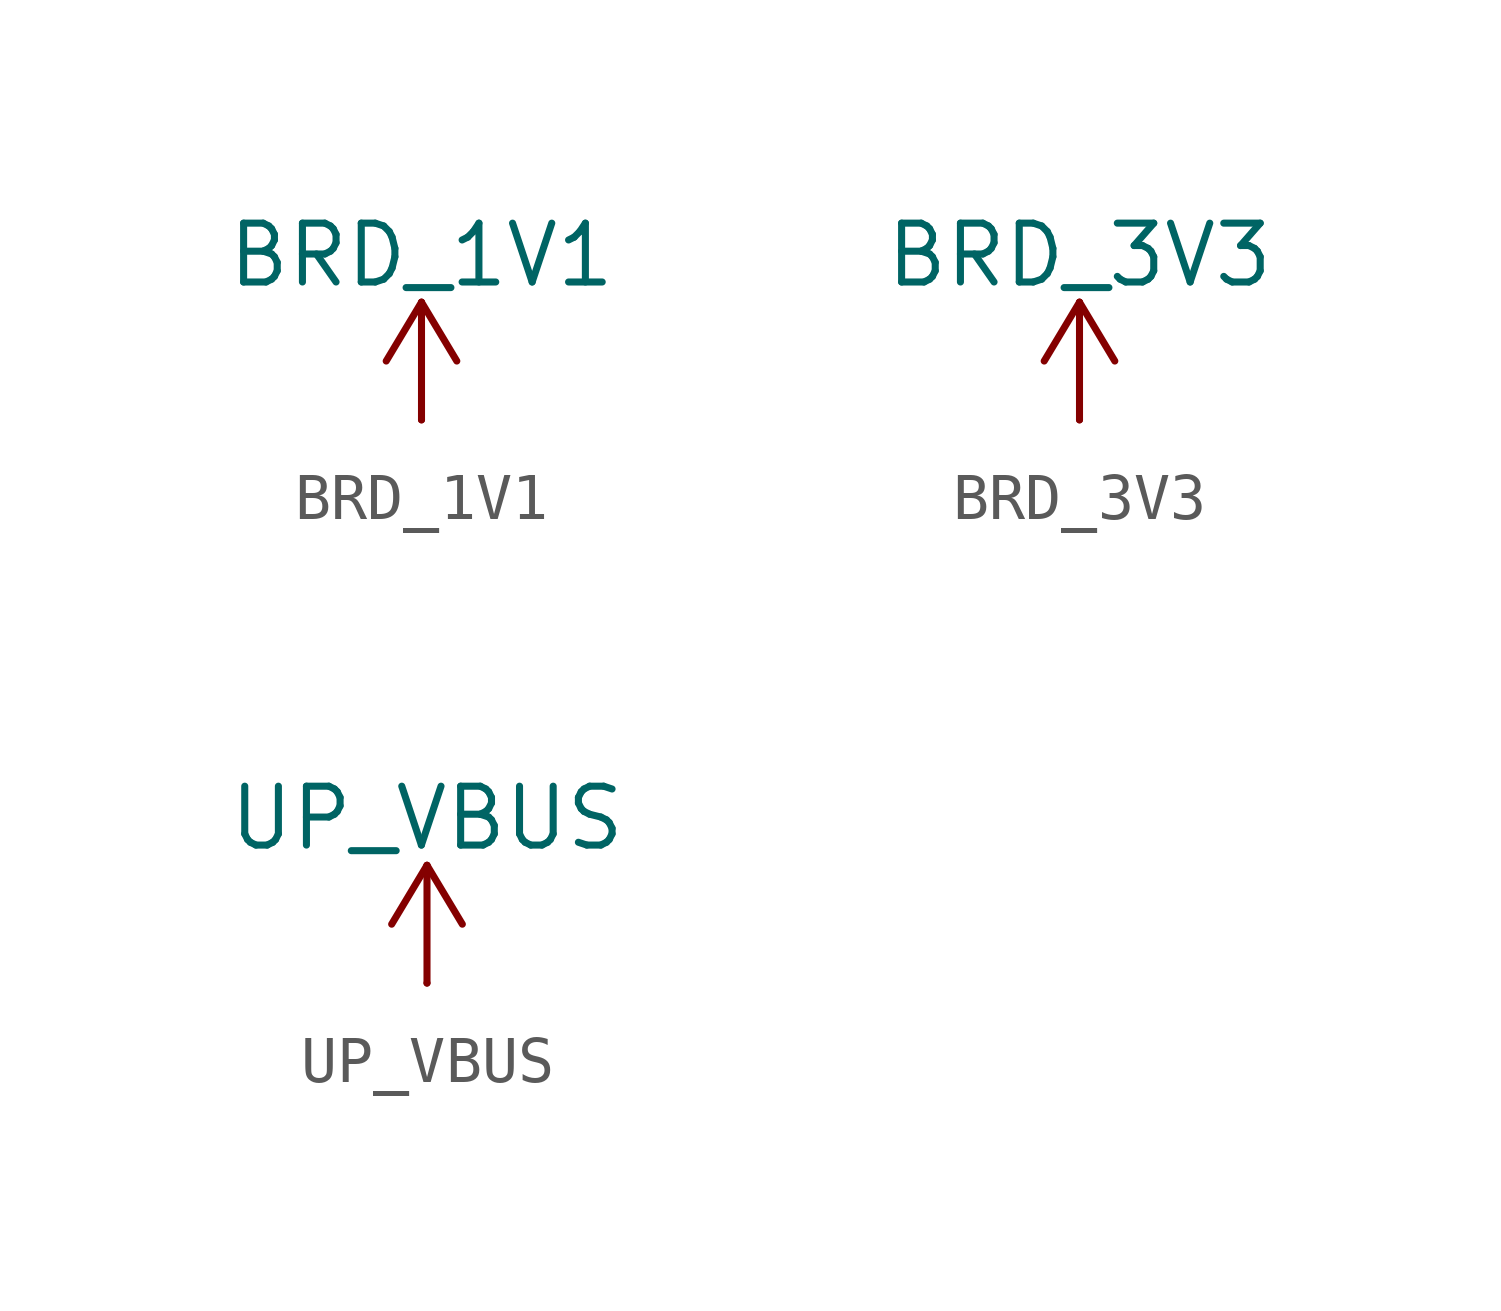
<source format=kicad_sym>
(kicad_symbol_lib
  (version 20241209)
  (generator "kicad_symbol_editor")
  (generator_version "9.0")
  (symbol "BRD_1V1"
    (power)
    (pin_numbers
      (hide yes))
    (pin_names
      (offset 0)
      (hide yes))
    (property "Reference" "#PWR"
      (at 0 -11.938 0)
      (effects (font (size 1.27 1.27)) (hide yes)))
    (property "Value" "BRD_1V1"
      (at 0 3.556 0)
      (effects (font (size 1.27 1.27))))
    (symbol "BRD_1V1_0_1"
      (polyline (pts (xy -0.762 1.27) (xy 0 2.54)) (stroke (width 0) (type default)) (fill (type none)))
      (polyline (pts (xy 0 2.54) (xy 0.762 1.27)) (stroke (width 0) (type default)) (fill (type none)))
      (polyline (pts (xy 0 0) (xy 0 2.54)) (stroke (width 0) (type default)) (fill (type none))))
    (symbol "BRD_1V1_1_1"
      (pin power_in line (at 0 0 90) (length 0) (name "~" (effects (font (size 1.27 1.27)))) (number "1" (effects (font (size 1.27 1.27)))))))
  (symbol "BRD_3V3"
    (power)
    (pin_numbers
      (hide yes))
    (pin_names
      (offset 0)
      (hide yes))
    (property "Reference" "#PWR"
      (at 0 -11.938 0)
      (effects (font (size 1.27 1.27)) (hide yes)))
    (property "Value" "BRD_3V3"
      (at 0 3.556 0)
      (effects (font (size 1.27 1.27))))
    (symbol "BRD_3V3_0_1"
      (polyline (pts (xy -0.762 1.27) (xy 0 2.54)) (stroke (width 0) (type default)) (fill (type none)))
      (polyline (pts (xy 0 2.54) (xy 0.762 1.27)) (stroke (width 0) (type default)) (fill (type none)))
      (polyline (pts (xy 0 0) (xy 0 2.54)) (stroke (width 0) (type default)) (fill (type none))))
    (symbol "BRD_3V3_1_1"
      (pin power_in line (at 0 0 90) (length 0) (name "~" (effects (font (size 1.27 1.27)))) (number "1" (effects (font (size 1.27 1.27)))))))
  (symbol "UP_VBUS"
    (power)
    (pin_numbers
      (hide yes))
    (pin_names
      (offset 0)
      (hide yes))
    (property "Reference" "#PWR"
      (at 0 -11.938 0)
      (effects (font (size 1.27 1.27)) (hide yes)))
    (property "Value" "UP_VBUS"
      (at 0 3.556 0)
      (effects (font (size 1.27 1.27))))
    (symbol "UP_VBUS_0_1"
      (polyline (pts (xy -0.762 1.27) (xy 0 2.54)) (stroke (width 0) (type default)) (fill (type none)))
      (polyline (pts (xy 0 2.54) (xy 0.762 1.27)) (stroke (width 0) (type default)) (fill (type none)))
      (polyline (pts (xy 0 0) (xy 0 2.54)) (stroke (width 0) (type default)) (fill (type none))))
    (symbol "UP_VBUS_1_1"
      (pin power_in line (at 0 0 90) (length 0) (name "~" (effects (font (size 1.27 1.27)))) (number "1" (effects (font (size 1.27 1.27))))))))
</source>
